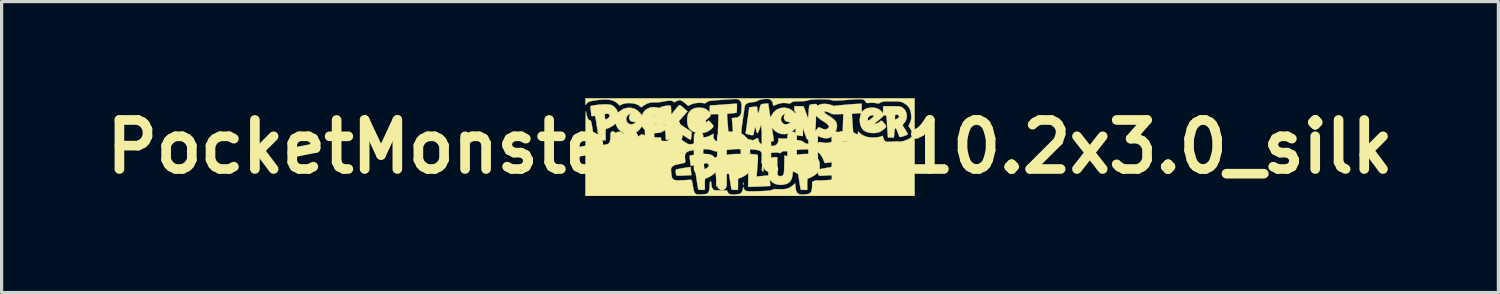
<source format=kicad_pcb>
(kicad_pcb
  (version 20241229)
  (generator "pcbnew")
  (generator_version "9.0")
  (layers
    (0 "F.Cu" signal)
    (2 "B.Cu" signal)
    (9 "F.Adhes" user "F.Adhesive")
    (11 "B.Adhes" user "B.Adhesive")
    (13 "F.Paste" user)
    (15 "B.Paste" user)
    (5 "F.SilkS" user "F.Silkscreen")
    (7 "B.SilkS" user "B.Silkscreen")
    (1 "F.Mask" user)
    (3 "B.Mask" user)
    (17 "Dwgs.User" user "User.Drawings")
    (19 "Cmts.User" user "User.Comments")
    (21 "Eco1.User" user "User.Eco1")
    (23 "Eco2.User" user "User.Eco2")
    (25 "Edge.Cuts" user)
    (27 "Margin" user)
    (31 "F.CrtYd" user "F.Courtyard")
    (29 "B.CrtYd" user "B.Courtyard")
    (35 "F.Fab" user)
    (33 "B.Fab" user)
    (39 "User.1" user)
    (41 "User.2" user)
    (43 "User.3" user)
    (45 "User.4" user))
  (footprint "PocketMonsterPiplup_10.2x3.0_silk"
    (layer "F.Cu")
    (at 20.255 1.512)
    (property "Reference" "PocketMonsterPiplup_10.2x3.0_silk" (at 0 0 0) (layer "F.SilkS") (effects (font (size 1.524 1.524) (thickness 0.3))))
    (attr through_hole)
    (fp_poly (pts (xy -0.208 1.114) (xy -0.205 1.158) (xy -0.208 1.181) (xy -0.213 1.185) (xy -0.216 1.161) (xy -0.216 1.143) (xy -0.214 1.11) (xy -0.21 1.105) (xy -0.208 1.114)) (stroke (width 0.01) (type solid)) (fill yes) (layer "F.SilkS"))
    (fp_poly (pts (xy -1.854 0.63) (xy -1.848 0.65) (xy -1.841 0.695) (xy -1.834 0.755) (xy -1.834 0.76) (xy -1.824 0.881) (xy -1.89 0.882) (xy -1.937 0.884) (xy -2.006 0.888) (xy -2.084 0.893) (xy -2.114 0.895) (xy -2.197 0.899) (xy -2.254 0.897) (xy -2.283 0.891) (xy -2.285 0.889) (xy -2.298 0.858) (xy -2.307 0.812) (xy -2.31 0.764) (xy -2.307 0.724) (xy -2.298 0.707) (xy -2.266 0.698) (xy -2.212 0.686) (xy -2.143 0.673) (xy -2.068 0.659) (xy -1.995 0.647) (xy -1.929 0.637) (xy -1.881 0.631) (xy -1.855 0.629) (xy -1.854 0.63)) (stroke (width 0.01) (type solid)) (fill yes) (layer "F.SilkS"))
    (fp_poly (pts (xy -0.406 -1.203) (xy -0.408 -1.139) (xy -0.413 -1.089) (xy -0.419 -1.062) (xy -0.421 -1.06) (xy -0.443 -1.055) (xy -0.491 -1.048) (xy -0.554 -1.041) (xy -0.573 -1.04) (xy -0.711 -1.028) (xy -0.711 -0.959) (xy -0.709 -0.917) (xy -0.704 -0.85) (xy -0.698 -0.765) (xy -0.69 -0.67) (xy -0.686 -0.627) (xy -0.679 -0.536) (xy -0.673 -0.458) (xy -0.67 -0.397) (xy -0.669 -0.361) (xy -0.67 -0.354) (xy -0.689 -0.347) (xy -0.733 -0.338) (xy -0.791 -0.331) (xy -0.791 -0.331) (xy -0.856 -0.324) (xy -0.911 -0.316) (xy -0.942 -0.311) (xy -0.976 -0.312) (xy -0.991 -0.322) (xy -0.994 -0.344) (xy -0.995 -0.395) (xy -0.996 -0.468) (xy -0.994 -0.559) (xy -0.991 -0.662) (xy -0.991 -0.679) (xy -0.978 -1.016) (xy -1.108 -1.016) (xy -1.174 -1.015) (xy -1.212 -1.012) (xy -1.228 -1.005) (xy -1.23 -0.992) (xy -1.228 -0.984) (xy -1.229 -0.964) (xy -1.247 -0.938) (xy -1.283 -0.902) (xy -1.343 -0.851) (xy -1.361 -0.836) (xy -1.419 -0.789) (xy -1.464 -0.75) (xy -1.492 -0.723) (xy -1.499 -0.714) (xy -1.475 -0.711) (xy -1.434 -0.722) (xy -1.389 -0.743) (xy -1.35 -0.768) (xy -1.347 -0.772) (xy -1.314 -0.799) (xy -1.293 -0.812) (xy -1.291 -0.813) (xy -1.269 -0.801) (xy -1.235 -0.77) (xy -1.197 -0.73) (xy -1.162 -0.688) (xy -1.139 -0.655) (xy -1.135 -0.641) (xy -1.147 -0.615) (xy -1.178 -0.578) (xy -1.213 -0.543) (xy -1.316 -0.475) (xy -1.433 -0.435) (xy -1.56 -0.424) (xy -1.691 -0.445) (xy -1.705 -0.449) (xy -1.804 -0.49) (xy -1.876 -0.548) (xy -1.923 -0.626) (xy -1.948 -0.727) (xy -1.953 -0.821) (xy -1.95 -0.862) (xy -1.71 -0.862) (xy -1.706 -0.827) (xy -1.695 -0.813) (xy -1.675 -0.823) (xy -1.637 -0.848) (xy -1.593 -0.881) (xy -1.541 -0.926) (xy -1.52 -0.957) (xy -1.528 -0.975) (xy -1.566 -0.982) (xy -1.574 -0.982) (xy -1.631 -0.969) (xy -1.679 -0.934) (xy -1.707 -0.886) (xy -1.71 -0.862) (xy -1.95 -0.862) (xy -1.946 -0.93) (xy -1.925 -1.015) (xy -1.887 -1.084) (xy -1.846 -1.128) (xy -1.784 -1.175) (xy -1.711 -1.204) (xy -1.618 -1.216) (xy -1.575 -1.218) (xy -1.461 -1.207) (xy -1.368 -1.173) (xy -1.298 -1.118) (xy -1.29 -1.109) (xy -1.253 -1.062) (xy -1.253 -1.175) (xy -1.252 -1.234) (xy -1.249 -1.268) (xy -1.238 -1.283) (xy -1.218 -1.287) (xy -1.206 -1.287) (xy -1.175 -1.289) (xy -1.116 -1.293) (xy -1.036 -1.298) (xy -0.942 -1.305) (xy -0.847 -1.312) (xy -0.742 -1.32) (xy -0.646 -1.327) (xy -0.563 -1.333) (xy -0.502 -1.336) (xy -0.47 -1.337) (xy -0.406 -1.338) (xy -0.406 -1.203)) (stroke (width 0.01) (type solid)) (fill yes) (layer "F.SilkS"))
    (fp_poly (pts (xy -4.375 -1.314) (xy -4.315 -1.303) (xy -4.261 -1.276) (xy -4.204 -1.23) (xy -4.155 -1.174) (xy -4.125 -1.119) (xy -4.122 -1.11) (xy -4.112 -1.078) (xy -4.105 -1.067) (xy -4.089 -1.076) (xy -4.055 -1.1) (xy -4.024 -1.123) (xy -3.921 -1.183) (xy -3.808 -1.213) (xy -3.693 -1.212) (xy -3.581 -1.181) (xy -3.56 -1.171) (xy -3.515 -1.141) (xy -3.465 -1.1) (xy -3.42 -1.054) (xy -3.385 -1.012) (xy -3.37 -0.98) (xy -3.369 -0.978) (xy -3.363 -0.979) (xy -3.348 -1.004) (xy -3.338 -1.025) (xy -3.281 -1.113) (xy -3.201 -1.178) (xy -3.105 -1.22) (xy -2.997 -1.235) (xy -2.884 -1.221) (xy -2.873 -1.218) (xy -2.827 -1.208) (xy -2.8 -1.213) (xy -2.788 -1.224) (xy -2.763 -1.239) (xy -2.714 -1.254) (xy -2.651 -1.267) (xy -2.647 -1.268) (xy -2.565 -1.281) (xy -2.51 -1.286) (xy -2.478 -1.281) (xy -2.461 -1.26) (xy -2.455 -1.221) (xy -2.452 -1.159) (xy -2.452 -1.143) (xy -2.447 -0.998) (xy -2.349 -1.124) (xy -2.302 -1.183) (xy -2.259 -1.234) (xy -2.227 -1.27) (xy -2.218 -1.279) (xy -2.202 -1.292) (xy -2.188 -1.297) (xy -2.168 -1.291) (xy -2.14 -1.272) (xy -2.097 -1.236) (xy -2.034 -1.181) (xy -2.024 -1.173) (xy -1.943 -1.101) (xy -2.251 -0.749) (xy -2.036 -0.608) (xy -1.961 -0.559) (xy -1.896 -0.517) (xy -1.848 -0.485) (xy -1.82 -0.467) (xy -1.815 -0.464) (xy -1.814 -0.447) (xy -1.816 -0.405) (xy -1.821 -0.346) (xy -1.821 -0.339) (xy -1.829 -0.276) (xy -1.837 -0.24) (xy -1.848 -0.225) (xy -1.863 -0.225) (xy -1.886 -0.237) (xy -1.931 -0.265) (xy -1.994 -0.305) (xy -2.069 -0.355) (xy -2.131 -0.397) (xy -2.371 -0.561) (xy -2.371 -0.24) (xy -2.468 -0.228) (xy -2.526 -0.222) (xy -2.572 -0.217) (xy -2.591 -0.215) (xy -2.606 -0.221) (xy -2.615 -0.248) (xy -2.62 -0.301) (xy -2.62 -0.313) (xy -2.624 -0.379) (xy -2.63 -0.441) (xy -2.634 -0.47) (xy -2.643 -0.526) (xy -2.685 -0.493) (xy -2.755 -0.456) (xy -2.846 -0.434) (xy -2.949 -0.426) (xy -3.053 -0.434) (xy -3.151 -0.458) (xy -3.196 -0.476) (xy -3.266 -0.523) (xy -3.318 -0.58) (xy -3.318 -0.581) (xy -3.344 -0.618) (xy -3.36 -0.63) (xy -3.372 -0.62) (xy -3.375 -0.614) (xy -3.414 -0.56) (xy -3.471 -0.503) (xy -3.535 -0.453) (xy -3.564 -0.435) (xy -3.651 -0.406) (xy -3.752 -0.396) (xy -3.855 -0.407) (xy -3.948 -0.438) (xy -3.954 -0.441) (xy -4.022 -0.487) (xy -4.084 -0.547) (xy -4.132 -0.613) (xy -4.159 -0.675) (xy -4.16 -0.678) (xy -4.169 -0.725) (xy -4.244 -0.668) (xy -4.306 -0.628) (xy -4.375 -0.592) (xy -4.403 -0.581) (xy -4.487 -0.551) (xy -4.487 -0.203) (xy -4.588 -0.203) (xy -4.644 -0.204) (xy -4.675 -0.209) (xy -4.69 -0.223) (xy -4.697 -0.25) (xy -4.698 -0.258) (xy -4.704 -0.294) (xy -4.714 -0.355) (xy -4.727 -0.436) (xy -4.741 -0.529) (xy -4.75 -0.584) (xy -4.769 -0.708) (xy -4.783 -0.802) (xy -4.79 -0.842) (xy -3.848 -0.842) (xy -3.83 -0.781) (xy -3.788 -0.732) (xy -3.751 -0.71) (xy -3.708 -0.697) (xy -3.669 -0.7) (xy -3.616 -0.718) (xy -3.615 -0.719) (xy -3.571 -0.742) (xy -3.559 -0.759) (xy -3.58 -0.77) (xy -3.615 -0.772) (xy -3.68 -0.787) (xy -3.727 -0.824) (xy -3.73 -0.829) (xy -3.13 -0.829) (xy -3.11 -0.767) (xy -3.106 -0.76) (xy -3.063 -0.71) (xy -3.001 -0.682) (xy -2.929 -0.679) (xy -2.854 -0.701) (xy -2.819 -0.721) (xy -2.755 -0.765) (xy -2.703 -0.712) (xy -2.67 -0.681) (xy -2.649 -0.662) (xy -2.646 -0.66) (xy -2.644 -0.676) (xy -2.646 -0.718) (xy -2.649 -0.779) (xy -2.652 -0.817) (xy -2.657 -0.886) (xy -2.662 -0.94) (xy -2.666 -0.973) (xy -2.667 -0.979) (xy -2.682 -0.973) (xy -2.716 -0.952) (xy -2.751 -0.928) (xy -2.829 -0.873) (xy -2.872 -0.928) (xy -2.924 -0.972) (xy -2.983 -0.984) (xy -3.044 -0.964) (xy -3.083 -0.933) (xy -3.122 -0.881) (xy -3.13 -0.829) (xy -3.73 -0.829) (xy -3.754 -0.878) (xy -3.757 -0.939) (xy -3.732 -0.997) (xy -3.704 -1.036) (xy -3.759 -1.008) (xy -3.813 -0.964) (xy -3.842 -0.906) (xy -3.848 -0.842) (xy -4.79 -0.842) (xy -4.795 -0.871) (xy -4.804 -0.918) (xy -4.813 -0.946) (xy -4.822 -0.961) (xy -4.832 -0.965) (xy -4.846 -0.963) (xy -4.864 -0.959) (xy -4.869 -0.958) (xy -4.908 -0.954) (xy -4.927 -0.959) (xy -4.928 -0.961) (xy -4.93 -0.983) (xy -4.93 -0.99) (xy -4.519 -0.99) (xy -4.515 -0.962) (xy -4.507 -0.914) (xy -4.504 -0.878) (xy -4.502 -0.854) (xy -4.489 -0.849) (xy -4.458 -0.861) (xy -4.436 -0.872) (xy -4.385 -0.91) (xy -4.362 -0.952) (xy -4.364 -0.991) (xy -4.39 -1.019) (xy -4.438 -1.031) (xy -4.482 -1.025) (xy -4.511 -1.013) (xy -4.519 -0.99) (xy -4.93 -0.99) (xy -4.935 -1.03) (xy -4.942 -1.093) (xy -4.945 -1.116) (xy -4.953 -1.181) (xy -4.957 -1.232) (xy -4.957 -1.261) (xy -4.956 -1.265) (xy -4.937 -1.27) (xy -4.892 -1.28) (xy -4.83 -1.291) (xy -4.798 -1.296) (xy -4.687 -1.311) (xy -4.573 -1.318) (xy -4.466 -1.32) (xy -4.375 -1.314)) (stroke (width 0.01) (type solid)) (fill yes) (layer "F.SilkS"))
    (fp_poly (pts (xy 0.055 0.226) (xy 0.113 0.232) (xy 0.161 0.236) (xy 0.178 0.237) (xy 0.207 0.239) (xy 0.227 0.248) (xy 0.24 0.268) (xy 0.245 0.304) (xy 0.245 0.362) (xy 0.241 0.446) (xy 0.237 0.5) (xy 0.23 0.596) (xy 0.223 0.688) (xy 0.217 0.768) (xy 0.212 0.824) (xy 0.212 0.83) (xy 0.202 0.924) (xy 0.385 0.906) (xy 0.567 0.889) (xy 0.576 0.618) (xy 0.584 0.347) (xy 0.66 0.336) (xy 0.722 0.328) (xy 0.779 0.323) (xy 0.792 0.323) (xy 0.847 0.322) (xy 0.847 0.591) (xy 0.847 0.697) (xy 0.849 0.773) (xy 0.853 0.826) (xy 0.859 0.86) (xy 0.868 0.881) (xy 0.873 0.888) (xy 0.918 0.911) (xy 0.971 0.91) (xy 1.019 0.886) (xy 1.026 0.879) (xy 1.038 0.862) (xy 1.047 0.839) (xy 1.053 0.805) (xy 1.058 0.754) (xy 1.061 0.68) (xy 1.063 0.579) (xy 1.064 0.557) (xy 1.064 0.551) (xy 1.747 0.551) (xy 1.751 0.579) (xy 1.758 0.627) (xy 1.761 0.663) (xy 1.764 0.686) (xy 1.777 0.692) (xy 1.808 0.68) (xy 1.829 0.669) (xy 1.88 0.631) (xy 1.903 0.589) (xy 1.901 0.55) (xy 1.875 0.522) (xy 1.828 0.51) (xy 1.783 0.516) (xy 1.754 0.528) (xy 1.747 0.551) (xy 1.064 0.551) (xy 1.069 0.271) (xy 1.114 0.281) (xy 1.164 0.293) (xy 1.219 0.306) (xy 1.219 0.306) (xy 1.269 0.318) (xy 1.294 0.32) (xy 1.303 0.31) (xy 1.304 0.298) (xy 1.318 0.277) (xy 1.35 0.264) (xy 1.481 0.242) (xy 1.612 0.227) (xy 1.735 0.221) (xy 1.844 0.222) (xy 1.93 0.233) (xy 1.95 0.237) (xy 2.011 0.268) (xy 2.071 0.322) (xy 2.122 0.389) (xy 2.151 0.453) (xy 2.162 0.511) (xy 2.166 0.58) (xy 2.165 0.608) (xy 2.162 0.659) (xy 2.166 0.685) (xy 2.179 0.692) (xy 2.201 0.688) (xy 2.335 0.662) (xy 2.437 0.644) (xy 2.508 0.632) (xy 2.551 0.628) (xy 2.566 0.63) (xy 2.572 0.65) (xy 2.579 0.695) (xy 2.585 0.755) (xy 2.586 0.76) (xy 2.596 0.881) (xy 2.53 0.882) (xy 2.483 0.884) (xy 2.414 0.888) (xy 2.336 0.893) (xy 2.306 0.895) (xy 2.224 0.899) (xy 2.169 0.898) (xy 2.137 0.888) (xy 2.121 0.868) (xy 2.117 0.837) (xy 2.117 0.833) (xy 2.115 0.81) (xy 2.108 0.805) (xy 2.086 0.82) (xy 2.054 0.847) (xy 2.007 0.882) (xy 1.948 0.919) (xy 1.886 0.951) (xy 1.833 0.974) (xy 1.799 0.982) (xy 1.789 0.992) (xy 1.782 1.025) (xy 1.779 1.085) (xy 1.778 1.16) (xy 1.778 1.338) (xy 1.677 1.338) (xy 1.621 1.337) (xy 1.59 1.332) (xy 1.575 1.318) (xy 1.568 1.291) (xy 1.567 1.283) (xy 1.561 1.249) (xy 1.551 1.188) (xy 1.538 1.106) (xy 1.523 1.01) (xy 1.507 0.908) (xy 1.491 0.808) (xy 1.477 0.72) (xy 1.464 0.649) (xy 1.455 0.601) (xy 1.45 0.58) (xy 1.449 0.58) (xy 1.429 0.578) (xy 1.392 0.583) (xy 1.343 0.594) (xy 1.333 0.759) (xy 1.321 0.887) (xy 1.297 0.987) (xy 1.26 1.061) (xy 1.207 1.115) (xy 1.137 1.152) (xy 1.111 1.16) (xy 0.994 1.182) (xy 0.881 1.179) (xy 0.779 1.152) (xy 0.695 1.103) (xy 0.675 1.085) (xy 0.614 1.024) (xy 0.631 1.215) (xy 0.472 1.225) (xy 0.383 1.23) (xy 0.276 1.235) (xy 0.171 1.239) (xy 0.127 1.24) (xy -0.059 1.245) (xy -0.055 1.029) (xy -0.05 0.813) (xy -0.128 0.872) (xy -0.189 0.912) (xy -0.258 0.948) (xy -0.289 0.96) (xy -0.373 0.99) (xy -0.373 1.338) (xy -0.473 1.338) (xy -0.529 1.337) (xy -0.561 1.332) (xy -0.575 1.318) (xy -0.582 1.291) (xy -0.584 1.283) (xy -0.589 1.249) (xy -0.599 1.188) (xy -0.612 1.106) (xy -0.627 1.01) (xy -0.643 0.908) (xy -0.659 0.808) (xy -0.674 0.72) (xy -0.687 0.649) (xy -0.696 0.601) (xy -0.701 0.58) (xy -0.701 0.58) (xy -0.722 0.577) (xy -0.755 0.583) (xy -0.8 0.594) (xy -0.794 0.903) (xy -0.787 1.211) (xy -0.919 1.216) (xy -1.05 1.221) (xy -1.05 1.089) (xy -1.052 1.01) (xy -1.055 0.931) (xy -1.061 0.869) (xy -1.071 0.782) (xy -1.112 0.83) (xy -1.146 0.86) (xy -1.198 0.896) (xy -1.259 0.931) (xy -1.317 0.961) (xy -1.365 0.979) (xy -1.383 0.982) (xy -1.393 0.99) (xy -1.4 1.017) (xy -1.404 1.067) (xy -1.405 1.146) (xy -1.405 1.16) (xy -1.405 1.338) (xy -1.506 1.338) (xy -1.562 1.337) (xy -1.593 1.332) (xy -1.608 1.318) (xy -1.615 1.291) (xy -1.617 1.283) (xy -1.622 1.247) (xy -1.632 1.186) (xy -1.645 1.105) (xy -1.659 1.012) (xy -1.668 0.957) (xy -1.687 0.833) (xy -1.702 0.739) (xy -1.713 0.67) (xy -1.722 0.623) (xy -1.731 0.595) (xy -1.74 0.58) (xy -1.751 0.576) (xy -1.764 0.578) (xy -1.782 0.582) (xy -1.788 0.583) (xy -1.826 0.587) (xy -1.845 0.582) (xy -1.846 0.58) (xy -1.848 0.558) (xy -1.849 0.551) (xy -1.437 0.551) (xy -1.433 0.579) (xy -1.425 0.627) (xy -1.422 0.663) (xy -1.42 0.686) (xy -1.407 0.692) (xy -1.376 0.68) (xy -1.354 0.669) (xy -1.303 0.631) (xy -1.28 0.589) (xy -1.283 0.551) (xy -0.404 0.551) (xy -0.4 0.579) (xy -0.392 0.627) (xy -0.389 0.663) (xy -0.387 0.686) (xy -0.374 0.692) (xy -0.343 0.68) (xy -0.321 0.669) (xy -0.271 0.631) (xy -0.247 0.589) (xy -0.25 0.55) (xy -0.276 0.522) (xy -0.323 0.51) (xy -0.367 0.516) (xy -0.397 0.528) (xy -0.404 0.551) (xy -1.283 0.551) (xy -1.283 0.55) (xy -1.306 0.525) (xy -1.016 0.525) (xy -1.001 0.534) (xy -0.963 0.541) (xy -0.915 0.545) (xy -0.866 0.546) (xy -0.829 0.543) (xy -0.815 0.536) (xy -0.82 0.513) (xy -0.826 0.505) (xy -0.855 0.498) (xy -0.881 0.508) (xy -0.926 0.52) (xy -0.967 0.519) (xy -1.002 0.516) (xy -1.016 0.524) (xy -1.016 0.525) (xy -1.306 0.525) (xy -1.308 0.522) (xy -1.356 0.51) (xy -1.4 0.516) (xy -1.43 0.528) (xy -1.437 0.551) (xy -1.849 0.551) (xy -1.853 0.511) (xy -1.861 0.448) (xy -1.863 0.425) (xy -1.871 0.36) (xy -1.875 0.309) (xy -1.875 0.28) (xy -1.874 0.276) (xy -1.851 0.268) (xy -1.801 0.258) (xy -1.734 0.247) (xy -1.656 0.237) (xy -1.575 0.229) (xy -1.499 0.223) (xy -1.436 0.22) (xy -1.431 0.22) (xy -1.328 0.224) (xy -1.25 0.235) (xy -1.19 0.258) (xy -1.139 0.293) (xy -1.123 0.308) (xy -1.09 0.336) (xy -1.07 0.346) (xy -1.067 0.342) (xy -1.052 0.319) (xy -1.013 0.296) (xy -0.962 0.279) (xy -0.908 0.272) (xy -0.902 0.272) (xy -0.856 0.27) (xy -0.789 0.263) (xy -0.713 0.252) (xy -0.686 0.247) (xy -0.577 0.232) (xy -0.466 0.223) (xy -0.36 0.221) (xy -0.269 0.226) (xy -0.204 0.237) (xy -0.155 0.26) (xy -0.103 0.296) (xy -0.09 0.308) (xy -0.034 0.362) (xy -0.034 0.215) (xy 0.055 0.226)) (stroke (width 0.01) (type solid)) (fill yes) (layer "F.SilkS"))
    (fp_poly (pts (xy 0.632 -0.901) (xy 0.673 -0.984) (xy 0.738 -1.079) (xy 0.826 -1.152) (xy 0.929 -1.199) (xy 1.042 -1.216) (xy 1.093 -1.214) (xy 1.195 -1.193) (xy 1.284 -1.148) (xy 1.359 -1.087) (xy 1.396 -1.053) (xy 1.415 -1.041) (xy 1.422 -1.048) (xy 1.422 -1.063) (xy 1.412 -1.094) (xy 1.396 -1.101) (xy 1.38 -1.108) (xy 1.374 -1.134) (xy 1.375 -1.181) (xy 1.38 -1.262) (xy 1.664 -1.262) (xy 1.729 -1.084) (xy 1.756 -1.011) (xy 1.779 -0.949) (xy 1.795 -0.906) (xy 1.801 -0.889) (xy 1.804 -0.898) (xy 1.809 -0.935) (xy 1.814 -0.995) (xy 1.82 -1.071) (xy 1.82 -1.079) (xy 1.827 -1.164) (xy 1.835 -1.233) (xy 1.844 -1.281) (xy 1.852 -1.301) (xy 1.878 -1.311) (xy 1.927 -1.32) (xy 1.97 -1.326) (xy 2.027 -1.33) (xy 2.058 -1.328) (xy 2.073 -1.317) (xy 2.078 -1.304) (xy 2.085 -1.285) (xy 2.098 -1.282) (xy 2.128 -1.294) (xy 2.153 -1.307) (xy 2.223 -1.329) (xy 2.313 -1.336) (xy 2.41 -1.328) (xy 2.503 -1.306) (xy 2.543 -1.291) (xy 2.589 -1.274) (xy 2.62 -1.267) (xy 2.628 -1.27) (xy 2.645 -1.274) (xy 2.69 -1.28) (xy 2.758 -1.288) (xy 2.843 -1.296) (xy 2.939 -1.305) (xy 3.04 -1.313) (xy 3.141 -1.321) (xy 3.237 -1.328) (xy 3.321 -1.334) (xy 3.387 -1.337) (xy 3.425 -1.338) (xy 3.471 -1.338) (xy 3.471 -1.081) (xy 3.522 -1.129) (xy 3.584 -1.175) (xy 3.657 -1.204) (xy 3.749 -1.216) (xy 3.794 -1.218) (xy 3.905 -1.207) (xy 4 -1.171) (xy 4.072 -1.113) (xy 4.093 -1.087) (xy 4.13 -1.03) (xy 4.135 -1.146) (xy 4.14 -1.262) (xy 4.403 -1.262) (xy 4.505 -1.261) (xy 4.58 -1.259) (xy 4.633 -1.256) (xy 4.671 -1.249) (xy 4.7 -1.24) (xy 4.724 -1.227) (xy 4.798 -1.166) (xy 4.847 -1.087) (xy 4.871 -0.997) (xy 4.869 -0.902) (xy 4.84 -0.811) (xy 4.791 -0.738) (xy 4.761 -0.702) (xy 4.743 -0.676) (xy 4.741 -0.67) (xy 4.75 -0.652) (xy 4.774 -0.613) (xy 4.808 -0.56) (xy 4.828 -0.531) (xy 4.864 -0.473) (xy 4.89 -0.426) (xy 4.901 -0.395) (xy 4.9 -0.389) (xy 4.872 -0.371) (xy 4.827 -0.351) (xy 4.772 -0.331) (xy 4.718 -0.315) (xy 4.674 -0.305) (xy 4.649 -0.305) (xy 4.647 -0.306) (xy 4.637 -0.329) (xy 4.619 -0.375) (xy 4.596 -0.436) (xy 4.589 -0.454) (xy 4.558 -0.529) (xy 4.533 -0.572) (xy 4.513 -0.582) (xy 4.499 -0.561) (xy 4.492 -0.508) (xy 4.486 -0.44) (xy 4.479 -0.371) (xy 4.478 -0.36) (xy 4.468 -0.288) (xy 4.288 -0.288) (xy 4.278 -0.394) (xy 4.273 -0.455) (xy 4.267 -0.538) (xy 4.262 -0.631) (xy 4.258 -0.703) (xy 4.253 -0.806) (xy 4.248 -0.88) (xy 4.242 -0.924) (xy 4.504 -0.924) (xy 4.504 -0.848) (xy 4.555 -0.866) (xy 4.597 -0.889) (xy 4.624 -0.917) (xy 4.631 -0.956) (xy 4.609 -0.985) (xy 4.563 -0.999) (xy 4.553 -0.999) (xy 4.523 -0.997) (xy 4.509 -0.983) (xy 4.505 -0.949) (xy 4.504 -0.924) (xy 4.242 -0.924) (xy 4.242 -0.93) (xy 4.233 -0.96) (xy 4.222 -0.976) (xy 4.206 -0.981) (xy 4.191 -0.982) (xy 4.159 -0.977) (xy 4.149 -0.967) (xy 4.136 -0.95) (xy 4.103 -0.918) (xy 4.053 -0.875) (xy 4.006 -0.836) (xy 3.949 -0.788) (xy 3.904 -0.749) (xy 3.876 -0.723) (xy 3.869 -0.714) (xy 3.893 -0.711) (xy 3.933 -0.722) (xy 3.979 -0.743) (xy 4.017 -0.768) (xy 4.021 -0.772) (xy 4.054 -0.799) (xy 4.076 -0.812) (xy 4.078 -0.813) (xy 4.1 -0.801) (xy 4.134 -0.77) (xy 4.172 -0.729) (xy 4.206 -0.688) (xy 4.228 -0.654) (xy 4.233 -0.64) (xy 4.219 -0.608) (xy 4.183 -0.568) (xy 4.131 -0.525) (xy 4.072 -0.486) (xy 4.014 -0.457) (xy 3.991 -0.449) (xy 3.881 -0.428) (xy 3.767 -0.429) (xy 3.659 -0.449) (xy 3.567 -0.487) (xy 3.532 -0.51) (xy 3.475 -0.575) (xy 3.434 -0.662) (xy 3.413 -0.764) (xy 3.411 -0.862) (xy 3.658 -0.862) (xy 3.662 -0.827) (xy 3.673 -0.813) (xy 3.693 -0.823) (xy 3.731 -0.848) (xy 3.775 -0.881) (xy 3.826 -0.926) (xy 3.848 -0.957) (xy 3.84 -0.975) (xy 3.802 -0.982) (xy 3.794 -0.982) (xy 3.736 -0.969) (xy 3.689 -0.934) (xy 3.661 -0.886) (xy 3.658 -0.862) (xy 3.411 -0.862) (xy 3.411 -0.872) (xy 3.431 -0.978) (xy 3.446 -1.022) (xy 3.45 -1.036) (xy 3.443 -1.045) (xy 3.418 -1.047) (xy 3.37 -1.045) (xy 3.317 -1.041) (xy 3.252 -1.034) (xy 3.2 -1.029) (xy 3.172 -1.024) (xy 3.168 -1.023) (xy 3.168 -1.005) (xy 3.169 -0.959) (xy 3.173 -0.89) (xy 3.179 -0.803) (xy 3.185 -0.716) (xy 3.193 -0.616) (xy 3.2 -0.527) (xy 3.205 -0.453) (xy 3.208 -0.402) (xy 3.209 -0.381) (xy 3.205 -0.364) (xy 3.19 -0.352) (xy 3.157 -0.343) (xy 3.1 -0.333) (xy 3.057 -0.327) (xy 2.988 -0.319) (xy 2.932 -0.315) (xy 2.897 -0.315) (xy 2.89 -0.317) (xy 2.886 -0.336) (xy 2.883 -0.386) (xy 2.882 -0.461) (xy 2.884 -0.558) (xy 2.887 -0.672) (xy 2.887 -0.673) (xy 2.899 -1.02) (xy 2.732 -1.014) (xy 2.653 -1.012) (xy 2.598 -1.014) (xy 2.556 -1.021) (xy 2.518 -1.035) (xy 2.477 -1.055) (xy 2.416 -1.082) (xy 2.361 -1.097) (xy 2.322 -1.1) (xy 2.303 -1.089) (xy 2.303 -1.085) (xy 2.316 -1.065) (xy 2.35 -1.034) (xy 2.397 -0.997) (xy 2.448 -0.963) (xy 2.486 -0.941) (xy 2.556 -0.896) (xy 2.621 -0.839) (xy 2.67 -0.778) (xy 2.693 -0.734) (xy 2.705 -0.646) (xy 2.687 -0.548) (xy 2.646 -0.453) (xy 2.582 -0.359) (xy 2.509 -0.298) (xy 2.423 -0.268) (xy 2.324 -0.268) (xy 2.265 -0.279) (xy 2.194 -0.301) (xy 2.125 -0.329) (xy 2.087 -0.348) (xy 2.015 -0.391) (xy 2.015 -0.297) (xy 2.015 -0.249) (xy 2.009 -0.22) (xy 1.992 -0.207) (xy 1.956 -0.208) (xy 1.895 -0.217) (xy 1.871 -0.221) (xy 1.766 -0.24) (xy 1.705 -0.412) (xy 1.68 -0.483) (xy 2.028 -0.483) (xy 2.075 -0.546) (xy 2.106 -0.584) (xy 2.13 -0.607) (xy 2.137 -0.61) (xy 2.16 -0.602) (xy 2.201 -0.585) (xy 2.218 -0.576) (xy 2.273 -0.554) (xy 2.325 -0.542) (xy 2.336 -0.542) (xy 2.38 -0.552) (xy 2.422 -0.577) (xy 2.45 -0.608) (xy 2.455 -0.625) (xy 2.442 -0.656) (xy 2.408 -0.696) (xy 2.361 -0.739) (xy 2.308 -0.775) (xy 2.288 -0.786) (xy 2.23 -0.821) (xy 2.166 -0.867) (xy 2.129 -0.897) (xy 2.049 -0.968) (xy 2.049 -0.885) (xy 2.048 -0.829) (xy 2.045 -0.753) (xy 2.04 -0.67) (xy 2.039 -0.642) (xy 2.028 -0.483) (xy 1.68 -0.483) (xy 1.645 -0.584) (xy 1.643 -0.334) (xy 1.537 -0.346) (xy 1.48 -0.354) (xy 1.436 -0.362) (xy 1.417 -0.368) (xy 1.411 -0.388) (xy 1.41 -0.432) (xy 1.413 -0.481) (xy 1.425 -0.584) (xy 1.36 -0.523) (xy 1.274 -0.454) (xy 1.185 -0.412) (xy 1.093 -0.394) (xy 0.976 -0.399) (xy 0.866 -0.435) (xy 0.768 -0.502) (xy 0.75 -0.519) (xy 0.676 -0.593) (xy 0.686 -0.538) (xy 0.702 -0.441) (xy 0.717 -0.351) (xy 0.727 -0.274) (xy 0.733 -0.217) (xy 0.735 -0.186) (xy 0.734 -0.182) (xy 0.714 -0.173) (xy 0.67 -0.172) (xy 0.597 -0.18) (xy 0.546 -0.187) (xy 0.491 -0.196) (xy 0.448 -0.204) (xy 0.434 -0.209) (xy 0.422 -0.226) (xy 0.409 -0.272) (xy 0.395 -0.347) (xy 0.38 -0.454) (xy 0.38 -0.458) (xy 0.349 -0.698) (xy 0.299 -0.56) (xy 0.275 -0.499) (xy 0.251 -0.451) (xy 0.233 -0.426) (xy 0.229 -0.423) (xy 0.214 -0.439) (xy 0.198 -0.48) (xy 0.186 -0.529) (xy 0.164 -0.635) (xy 0.143 -0.55) (xy 0.13 -0.494) (xy 0.122 -0.447) (xy 0.12 -0.432) (xy 0.114 -0.39) (xy 0.096 -0.367) (xy 0.062 -0.362) (xy 0.005 -0.372) (xy -0.025 -0.38) (xy -0.137 -0.411) (xy -0.127 -0.48) (xy -0.121 -0.519) (xy -0.112 -0.584) (xy -0.1 -0.67) (xy -0.086 -0.77) (xy -0.076 -0.842) (xy 0.961 -0.842) (xy 0.979 -0.781) (xy 1.021 -0.732) (xy 1.058 -0.71) (xy 1.101 -0.697) (xy 1.14 -0.7) (xy 1.193 -0.718) (xy 1.194 -0.719) (xy 1.239 -0.742) (xy 1.25 -0.759) (xy 1.229 -0.77) (xy 1.194 -0.772) (xy 1.13 -0.787) (xy 1.082 -0.824) (xy 1.055 -0.878) (xy 1.053 -0.939) (xy 1.077 -0.997) (xy 1.105 -1.036) (xy 1.051 -1.008) (xy 0.997 -0.964) (xy 0.967 -0.906) (xy 0.961 -0.842) (xy -0.076 -0.842) (xy -0.072 -0.878) (xy -0.07 -0.889) (xy -0.024 -1.228) (xy 0.092 -1.241) (xy 0.151 -1.246) (xy 0.195 -1.248) (xy 0.215 -1.247) (xy 0.215 -1.247) (xy 0.221 -1.227) (xy 0.227 -1.185) (xy 0.232 -1.144) (xy 0.239 -1.091) (xy 0.248 -1.053) (xy 0.254 -1.041) (xy 0.262 -1.053) (xy 0.275 -1.091) (xy 0.29 -1.149) (xy 0.296 -1.177) (xy 0.311 -1.246) (xy 0.326 -1.291) (xy 0.348 -1.318) (xy 0.384 -1.331) (xy 0.442 -1.338) (xy 0.499 -1.342) (xy 0.566 -1.346) (xy 0.632 -0.901)) (stroke (width 0.01) (type solid)) (fill yes) (layer "F.SilkS"))
    (fp_poly (pts (xy 5.114 1.524) (xy -5.114 1.524) (xy -5.113 0.694) (xy -2.455 0.694) (xy -2.454 0.741) (xy -2.45 0.799) (xy -2.44 0.886) (xy -2.425 0.951) (xy -2.399 0.996) (xy -2.357 1.025) (xy -2.297 1.04) (xy -2.212 1.044) (xy -2.099 1.04) (xy -2.075 1.038) (xy -1.99 1.033) (xy -1.917 1.029) (xy -1.861 1.026) (xy -1.831 1.025) (xy -1.829 1.025) (xy -1.816 1.034) (xy -1.804 1.065) (xy -1.791 1.121) (xy -1.778 1.202) (xy -1.761 1.302) (xy -1.743 1.373) (xy -1.722 1.422) (xy -1.695 1.455) (xy -1.669 1.472) (xy -1.634 1.479) (xy -1.577 1.482) (xy -1.508 1.48) (xy -1.438 1.475) (xy -1.377 1.467) (xy -1.337 1.456) (xy -1.334 1.454) (xy -1.292 1.413) (xy -1.265 1.342) (xy -1.253 1.242) (xy -1.253 1.213) (xy -1.251 1.142) (xy -1.244 1.098) (xy -1.232 1.079) (xy -1.23 1.078) (xy -1.215 1.081) (xy -1.206 1.107) (xy -1.2 1.161) (xy -1.199 1.169) (xy -1.19 1.239) (xy -1.171 1.286) (xy -1.152 1.312) (xy -1.133 1.33) (xy -1.112 1.343) (xy -1.083 1.35) (xy -1.038 1.353) (xy -0.97 1.355) (xy -0.916 1.355) (xy -0.719 1.355) (xy -0.698 1.404) (xy -0.667 1.448) (xy -0.618 1.475) (xy -0.547 1.486) (xy -0.454 1.482) (xy -0.389 1.473) (xy -0.334 1.464) (xy -0.302 1.454) (xy -0.301 1.454) (xy -0.265 1.419) (xy -0.236 1.364) (xy -0.22 1.301) (xy -0.218 1.284) (xy -0.216 1.251) (xy -0.21 1.25) (xy -0.206 1.262) (xy -0.191 1.302) (xy -0.173 1.333) (xy -0.149 1.356) (xy -0.113 1.371) (xy -0.061 1.38) (xy 0.011 1.384) (xy 0.106 1.384) (xy 0.23 1.381) (xy 0.274 1.379) (xy 0.4 1.374) (xy 0.497 1.369) (xy 0.57 1.363) (xy 0.622 1.357) (xy 0.659 1.348) (xy 0.685 1.338) (xy 0.72 1.324) (xy 0.761 1.316) (xy 0.818 1.314) (xy 0.9 1.316) (xy 0.911 1.317) (xy 1.034 1.318) (xy 1.134 1.305) (xy 1.217 1.276) (xy 1.293 1.229) (xy 1.326 1.202) (xy 1.401 1.136) (xy 1.412 1.248) (xy 1.429 1.347) (xy 1.458 1.417) (xy 1.503 1.461) (xy 1.569 1.482) (xy 1.66 1.484) (xy 1.697 1.482) (xy 1.762 1.473) (xy 1.816 1.464) (xy 1.849 1.454) (xy 1.85 1.454) (xy 1.892 1.412) (xy 1.919 1.341) (xy 1.93 1.24) (xy 1.93 1.215) (xy 1.93 1.09) (xy 1.99 1.061) (xy 2.071 1.04) (xy 2.113 1.043) (xy 2.154 1.045) (xy 2.219 1.045) (xy 2.301 1.042) (xy 2.391 1.036) (xy 2.402 1.035) (xy 2.521 1.024) (xy 2.609 1.009) (xy 2.672 0.987) (xy 2.711 0.954) (xy 2.732 0.906) (xy 2.737 0.839) (xy 2.732 0.751) (xy 2.728 0.72) (xy 2.719 0.645) (xy 2.709 0.596) (xy 2.695 0.563) (xy 2.675 0.536) (xy 2.656 0.519) (xy 2.62 0.49) (xy 2.587 0.477) (xy 2.542 0.477) (xy 2.516 0.479) (xy 2.453 0.488) (xy 2.394 0.497) (xy 2.375 0.501) (xy 2.333 0.504) (xy 2.314 0.491) (xy 2.314 0.489) (xy 2.261 0.352) (xy 2.192 0.241) (xy 2.109 0.158) (xy 2.018 0.107) (xy 1.955 0.091) (xy 1.867 0.082) (xy 1.762 0.078) (xy 1.648 0.08) (xy 1.534 0.087) (xy 1.429 0.101) (xy 1.38 0.11) (xy 1.301 0.126) (xy 1.24 0.134) (xy 1.182 0.137) (xy 1.112 0.136) (xy 1.083 0.134) (xy 1.023 0.139) (xy 0.979 0.164) (xy 0.975 0.168) (xy 0.943 0.192) (xy 0.914 0.193) (xy 0.893 0.185) (xy 0.855 0.178) (xy 0.793 0.177) (xy 0.719 0.181) (xy 0.642 0.189) (xy 0.572 0.201) (xy 0.52 0.215) (xy 0.507 0.221) (xy 0.474 0.248) (xy 0.45 0.292) (xy 0.434 0.357) (xy 0.426 0.446) (xy 0.423 0.558) (xy 0.423 0.645) (xy 0.421 0.703) (xy 0.417 0.738) (xy 0.41 0.756) (xy 0.399 0.762) (xy 0.394 0.762) (xy 0.38 0.759) (xy 0.372 0.746) (xy 0.37 0.717) (xy 0.371 0.664) (xy 0.375 0.605) (xy 0.381 0.516) (xy 0.385 0.422) (xy 0.388 0.339) (xy 0.388 0.325) (xy 0.388 0.259) (xy 0.383 0.216) (xy 0.371 0.187) (xy 0.349 0.16) (xy 0.343 0.154) (xy 0.316 0.131) (xy 0.284 0.114) (xy 0.239 0.102) (xy 0.173 0.092) (xy 0.134 0.086) (xy 0.048 0.077) (xy -0.011 0.075) (xy -0.052 0.079) (xy -0.072 0.086) (xy -0.113 0.096) (xy -0.167 0.093) (xy -0.202 0.086) (xy -0.273 0.075) (xy -0.352 0.068) (xy -0.386 0.068) (xy -0.446 0.07) (xy -0.531 0.077) (xy -0.631 0.087) (xy -0.74 0.1) (xy -0.846 0.114) (xy -0.943 0.129) (xy -0.978 0.135) (xy -1.039 0.142) (xy -1.088 0.137) (xy -1.142 0.117) (xy -1.145 0.116) (xy -1.247 0.086) (xy -1.376 0.072) (xy -1.533 0.075) (xy -1.696 0.092) (xy -1.814 0.111) (xy -1.902 0.134) (xy -1.963 0.163) (xy -2.001 0.202) (xy -2.02 0.253) (xy -2.023 0.322) (xy -2.018 0.378) (xy -2.011 0.427) (xy -2.009 0.461) (xy -2.017 0.483) (xy -2.039 0.498) (xy -2.08 0.51) (xy -2.146 0.523) (xy -2.21 0.536) (xy -2.29 0.553) (xy -2.345 0.57) (xy -2.384 0.59) (xy -2.411 0.614) (xy -2.435 0.639) (xy -2.449 0.663) (xy -2.455 0.694) (xy -5.113 0.694) (xy -5.112 0.148) (xy -5.111 -0.103) (xy -5.111 -0.321) (xy -5.11 -0.509) (xy -5.109 -0.668) (xy -5.108 -0.8) (xy -5.107 -0.905) (xy -5.105 -0.987) (xy -5.103 -1.046) (xy -5.101 -1.083) (xy -5.098 -1.102) (xy -5.096 -1.102) (xy -5.092 -1.087) (xy -5.091 -1.074) (xy -5.073 -0.969) (xy -5.049 -0.894) (xy -5.017 -0.845) (xy -4.976 -0.821) (xy -4.972 -0.82) (xy -4.958 -0.815) (xy -4.947 -0.804) (xy -4.937 -0.783) (xy -4.927 -0.747) (xy -4.917 -0.692) (xy -4.904 -0.613) (xy -4.887 -0.505) (xy -4.886 -0.494) (xy -4.869 -0.391) (xy -4.852 -0.297) (xy -4.836 -0.219) (xy -4.822 -0.161) (xy -4.812 -0.132) (xy -4.777 -0.089) (xy -4.728 -0.064) (xy -4.658 -0.055) (xy -4.568 -0.059) (xy -4.503 -0.068) (xy -4.449 -0.077) (xy -4.416 -0.087) (xy -4.416 -0.087) (xy -4.373 -0.128) (xy -4.346 -0.2) (xy -4.335 -0.301) (xy -4.335 -0.327) (xy -4.334 -0.392) (xy -4.33 -0.431) (xy -4.321 -0.453) (xy -4.302 -0.466) (xy -4.287 -0.473) (xy -4.261 -0.482) (xy -4.238 -0.479) (xy -4.21 -0.461) (xy -4.17 -0.423) (xy -4.156 -0.41) (xy -4.06 -0.332) (xy -3.952 -0.282) (xy -3.828 -0.258) (xy -3.746 -0.254) (xy -3.667 -0.257) (xy -3.606 -0.266) (xy -3.548 -0.287) (xy -3.514 -0.302) (xy -3.458 -0.331) (xy -3.413 -0.358) (xy -3.39 -0.377) (xy -3.375 -0.389) (xy -3.355 -0.39) (xy -3.321 -0.378) (xy -3.266 -0.35) (xy -3.265 -0.35) (xy -3.217 -0.326) (xy -3.177 -0.311) (xy -3.134 -0.301) (xy -3.079 -0.296) (xy -3.003 -0.294) (xy -2.965 -0.293) (xy -2.769 -0.289) (xy -2.764 -0.235) (xy -2.747 -0.161) (xy -2.707 -0.11) (xy -2.644 -0.081) (xy -2.555 -0.073) (xy -2.506 -0.076) (xy -2.406 -0.089) (xy -2.334 -0.106) (xy -2.285 -0.132) (xy -2.256 -0.168) (xy -2.239 -0.218) (xy -2.237 -0.23) (xy -2.227 -0.289) (xy -2.074 -0.182) (xy -2.002 -0.133) (xy -1.949 -0.102) (xy -1.908 -0.084) (xy -1.871 -0.077) (xy -1.852 -0.076) (xy -1.781 -0.088) (xy -1.731 -0.126) (xy -1.697 -0.192) (xy -1.691 -0.213) (xy -1.673 -0.284) (xy -1.507 -0.291) (xy -1.425 -0.295) (xy -1.364 -0.303) (xy -1.315 -0.316) (xy -1.265 -0.337) (xy -1.236 -0.352) (xy -1.131 -0.406) (xy -1.14 -0.36) (xy -1.138 -0.303) (xy -1.118 -0.245) (xy -1.086 -0.199) (xy -1.069 -0.188) (xy -1.018 -0.174) (xy -0.938 -0.171) (xy -0.833 -0.18) (xy -0.738 -0.193) (xy -0.666 -0.207) (xy -0.618 -0.221) (xy -0.585 -0.241) (xy -0.562 -0.264) (xy -0.548 -0.282) (xy -0.537 -0.302) (xy -0.531 -0.328) (xy -0.527 -0.365) (xy -0.527 -0.417) (xy -0.53 -0.475) (xy -0.269 -0.475) (xy -0.269 -0.406) (xy -0.26 -0.355) (xy -0.241 -0.318) (xy -0.211 -0.292) (xy -0.168 -0.272) (xy -0.112 -0.254) (xy -0.054 -0.238) (xy 0.086 -0.201) (xy 0.159 -0.236) (xy 0.203 -0.257) (xy 0.234 -0.269) (xy 0.24 -0.271) (xy 0.25 -0.256) (xy 0.263 -0.219) (xy 0.269 -0.195) (xy 0.287 -0.145) (xy 0.314 -0.108) (xy 0.357 -0.081) (xy 0.421 -0.061) (xy 0.511 -0.046) (xy 0.538 -0.042) (xy 0.633 -0.031) (xy 0.701 -0.027) (xy 0.751 -0.032) (xy 0.788 -0.046) (xy 0.819 -0.07) (xy 0.834 -0.086) (xy 0.871 -0.141) (xy 0.881 -0.199) (xy 0.881 -0.263) (xy 1.019 -0.256) (xy 1.096 -0.256) (xy 1.168 -0.261) (xy 1.221 -0.269) (xy 1.224 -0.27) (xy 1.269 -0.281) (xy 1.296 -0.278) (xy 1.32 -0.258) (xy 1.323 -0.255) (xy 1.351 -0.229) (xy 1.368 -0.219) (xy 1.491 -0.207) (xy 1.583 -0.189) (xy 1.644 -0.163) (xy 1.662 -0.149) (xy 1.695 -0.124) (xy 1.743 -0.104) (xy 1.815 -0.086) (xy 1.851 -0.079) (xy 1.94 -0.065) (xy 2.004 -0.063) (xy 2.052 -0.073) (xy 2.09 -0.097) (xy 2.114 -0.12) (xy 2.139 -0.142) (xy 2.164 -0.149) (xy 2.205 -0.143) (xy 2.225 -0.138) (xy 2.356 -0.12) (xy 2.478 -0.133) (xy 2.588 -0.179) (xy 2.68 -0.25) (xy 2.717 -0.284) (xy 2.737 -0.294) (xy 2.743 -0.282) (xy 2.743 -0.282) (xy 2.755 -0.25) (xy 2.782 -0.214) (xy 2.785 -0.211) (xy 2.821 -0.186) (xy 2.871 -0.173) (xy 2.941 -0.17) (xy 3.034 -0.178) (xy 3.14 -0.193) (xy 3.231 -0.213) (xy 3.293 -0.241) (xy 3.331 -0.281) (xy 3.349 -0.338) (xy 3.353 -0.392) (xy 3.353 -0.478) (xy 3.418 -0.419) (xy 3.52 -0.35) (xy 3.642 -0.306) (xy 3.786 -0.288) (xy 3.816 -0.288) (xy 3.895 -0.291) (xy 3.973 -0.3) (xy 4.035 -0.311) (xy 4.04 -0.313) (xy 4.088 -0.327) (xy 4.119 -0.337) (xy 4.126 -0.338) (xy 4.13 -0.324) (xy 4.137 -0.288) (xy 4.139 -0.282) (xy 4.158 -0.23) (xy 4.189 -0.188) (xy 4.211 -0.17) (xy 4.235 -0.16) (xy 4.269 -0.155) (xy 4.323 -0.155) (xy 4.388 -0.158) (xy 4.459 -0.162) (xy 4.518 -0.165) (xy 4.555 -0.167) (xy 4.564 -0.168) (xy 4.591 -0.166) (xy 4.634 -0.161) (xy 4.64 -0.16) (xy 4.69 -0.162) (xy 4.76 -0.177) (xy 4.837 -0.202) (xy 4.912 -0.234) (xy 4.975 -0.267) (xy 5.012 -0.296) (xy 5.045 -0.352) (xy 5.047 -0.42) (xy 5.019 -0.499) (xy 4.987 -0.553) (xy 4.925 -0.647) (xy 4.971 -0.749) (xy 4.995 -0.808) (xy 5.007 -0.858) (xy 5.011 -0.912) (xy 5.009 -0.982) (xy 4.99 -1.108) (xy 4.947 -1.21) (xy 4.878 -1.293) (xy 4.781 -1.359) (xy 4.75 -1.375) (xy 4.715 -1.39) (xy 4.68 -1.4) (xy 4.64 -1.407) (xy 4.586 -1.411) (xy 4.514 -1.413) (xy 4.415 -1.414) (xy 4.394 -1.414) (xy 4.291 -1.414) (xy 4.216 -1.412) (xy 4.162 -1.409) (xy 4.124 -1.403) (xy 4.094 -1.394) (xy 4.068 -1.381) (xy 4.058 -1.376) (xy 4.013 -1.352) (xy 3.975 -1.346) (xy 3.928 -1.355) (xy 3.923 -1.356) (xy 3.863 -1.366) (xy 3.785 -1.368) (xy 3.734 -1.366) (xy 3.672 -1.361) (xy 3.634 -1.362) (xy 3.612 -1.371) (xy 3.596 -1.39) (xy 3.586 -1.406) (xy 3.57 -1.432) (xy 3.553 -1.452) (xy 3.529 -1.466) (xy 3.496 -1.476) (xy 3.45 -1.481) (xy 3.386 -1.481) (xy 3.3 -1.478) (xy 3.189 -1.471) (xy 3.048 -1.461) (xy 3.039 -1.46) (xy 2.903 -1.45) (xy 2.796 -1.444) (xy 2.714 -1.439) (xy 2.653 -1.438) (xy 2.607 -1.438) (xy 2.574 -1.442) (xy 2.547 -1.448) (xy 2.532 -1.453) (xy 2.48 -1.464) (xy 2.404 -1.472) (xy 2.311 -1.477) (xy 2.207 -1.479) (xy 2.1 -1.477) (xy 1.998 -1.472) (xy 1.906 -1.465) (xy 1.832 -1.455) (xy 1.784 -1.442) (xy 1.778 -1.439) (xy 1.734 -1.427) (xy 1.657 -1.419) (xy 1.546 -1.415) (xy 1.538 -1.415) (xy 1.451 -1.414) (xy 1.391 -1.411) (xy 1.35 -1.405) (xy 1.32 -1.395) (xy 1.294 -1.379) (xy 1.289 -1.376) (xy 1.254 -1.353) (xy 1.221 -1.346) (xy 1.177 -1.351) (xy 1.156 -1.356) (xy 1.04 -1.365) (xy 0.916 -1.347) (xy 0.818 -1.312) (xy 0.769 -1.293) (xy 0.733 -1.282) (xy 0.721 -1.283) (xy 0.714 -1.305) (xy 0.711 -1.342) (xy 0.695 -1.398) (xy 0.662 -1.441) (xy 0.624 -1.472) (xy 0.583 -1.487) (xy 0.529 -1.49) (xy 0.442 -1.486) (xy 0.359 -1.473) (xy 0.288 -1.455) (xy 0.24 -1.433) (xy 0.233 -1.427) (xy 0.192 -1.407) (xy 0.119 -1.392) (xy 0.065 -1.386) (xy -0.032 -1.372) (xy -0.1 -1.346) (xy -0.143 -1.307) (xy -0.161 -1.271) (xy -0.165 -1.247) (xy -0.174 -1.194) (xy -0.185 -1.118) (xy -0.199 -1.023) (xy -0.215 -0.914) (xy -0.227 -0.829) (xy -0.247 -0.682) (xy -0.262 -0.566) (xy -0.269 -0.475) (xy -0.53 -0.475) (xy -0.531 -0.488) (xy -0.538 -0.582) (xy -0.547 -0.705) (xy -0.552 -0.764) (xy -0.563 -0.892) (xy -0.464 -0.902) (xy -0.4 -0.912) (xy -0.358 -0.929) (xy -0.324 -0.957) (xy -0.32 -0.962) (xy -0.299 -0.989) (xy -0.285 -1.02) (xy -0.275 -1.063) (xy -0.268 -1.127) (xy -0.265 -1.174) (xy -0.261 -1.274) (xy -0.267 -1.348) (xy -0.285 -1.402) (xy -0.316 -1.442) (xy -0.347 -1.466) (xy -0.362 -1.474) (xy -0.382 -1.48) (xy -0.411 -1.484) (xy -0.452 -1.485) (xy -0.512 -1.483) (xy -0.593 -1.479) (xy -0.701 -1.472) (xy -0.791 -1.466) (xy -0.934 -1.456) (xy -1.048 -1.448) (xy -1.135 -1.44) (xy -1.201 -1.434) (xy -1.25 -1.427) (xy -1.284 -1.419) (xy -1.309 -1.41) (xy -1.328 -1.399) (xy -1.345 -1.385) (xy -1.349 -1.382) (xy -1.386 -1.356) (xy -1.42 -1.351) (xy -1.455 -1.359) (xy -1.532 -1.369) (xy -1.626 -1.366) (xy -1.723 -1.351) (xy -1.809 -1.325) (xy -1.835 -1.314) (xy -1.92 -1.272) (xy -2.017 -1.357) (xy -2.093 -1.415) (xy -2.155 -1.446) (xy -2.211 -1.451) (xy -2.266 -1.431) (xy -2.287 -1.418) (xy -2.326 -1.393) (xy -2.35 -1.386) (xy -2.371 -1.396) (xy -2.389 -1.41) (xy -2.424 -1.428) (xy -2.475 -1.435) (xy -2.547 -1.432) (xy -2.643 -1.418) (xy -2.749 -1.397) (xy -2.853 -1.382) (xy -2.951 -1.382) (xy -2.963 -1.383) (xy -3.085 -1.379) (xy -3.203 -1.342) (xy -3.31 -1.278) (xy -3.353 -1.246) (xy -3.378 -1.233) (xy -3.395 -1.237) (xy -3.413 -1.254) (xy -3.472 -1.298) (xy -3.555 -1.331) (xy -3.653 -1.352) (xy -3.757 -1.36) (xy -3.858 -1.353) (xy -3.949 -1.332) (xy -3.97 -1.323) (xy -4.053 -1.286) (xy -4.114 -1.345) (xy -4.187 -1.402) (xy -4.276 -1.441) (xy -4.383 -1.464) (xy -4.511 -1.471) (xy -4.665 -1.462) (xy -4.778 -1.449) (xy -4.885 -1.432) (xy -4.963 -1.415) (xy -5.019 -1.394) (xy -5.058 -1.367) (xy -5.085 -1.333) (xy -5.092 -1.319) (xy -5.103 -1.301) (xy -5.11 -1.304) (xy -5.113 -1.331) (xy -5.114 -1.388) (xy -5.114 -1.393) (xy -5.114 -1.507) (xy 5.114 -1.507) (xy 5.114 1.524)) (stroke (width 0.01) (type solid)) (fill yes) (layer "F.SilkS")))
  (gr_rect
    (start -3 -3)
    (end 43.509 6.041)
    (stroke (width 0.1) (type default))
    (fill no)
    (layer "Edge.Cuts")))
</source>
